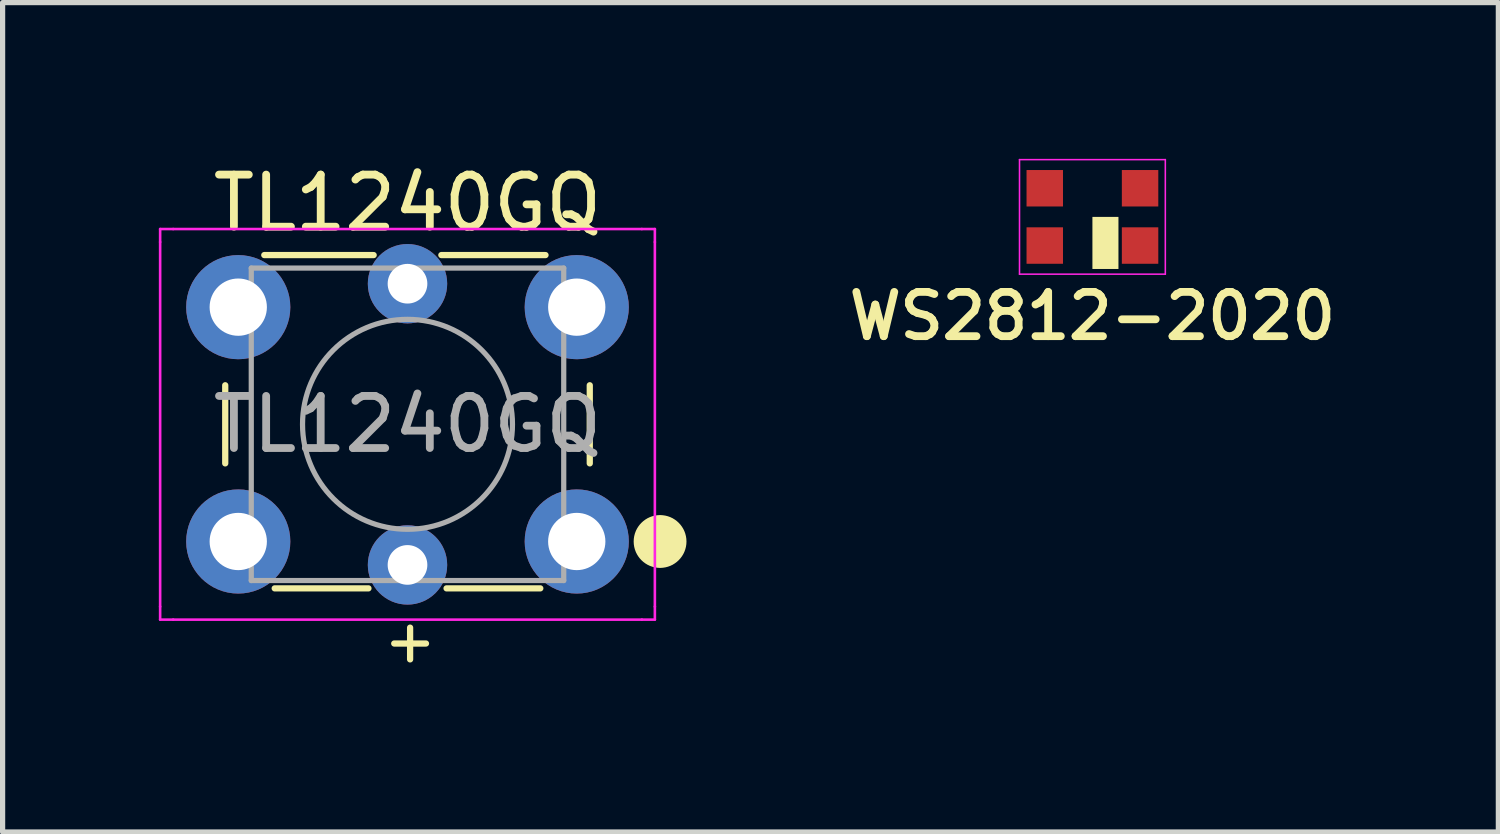
<source format=kicad_pcb>
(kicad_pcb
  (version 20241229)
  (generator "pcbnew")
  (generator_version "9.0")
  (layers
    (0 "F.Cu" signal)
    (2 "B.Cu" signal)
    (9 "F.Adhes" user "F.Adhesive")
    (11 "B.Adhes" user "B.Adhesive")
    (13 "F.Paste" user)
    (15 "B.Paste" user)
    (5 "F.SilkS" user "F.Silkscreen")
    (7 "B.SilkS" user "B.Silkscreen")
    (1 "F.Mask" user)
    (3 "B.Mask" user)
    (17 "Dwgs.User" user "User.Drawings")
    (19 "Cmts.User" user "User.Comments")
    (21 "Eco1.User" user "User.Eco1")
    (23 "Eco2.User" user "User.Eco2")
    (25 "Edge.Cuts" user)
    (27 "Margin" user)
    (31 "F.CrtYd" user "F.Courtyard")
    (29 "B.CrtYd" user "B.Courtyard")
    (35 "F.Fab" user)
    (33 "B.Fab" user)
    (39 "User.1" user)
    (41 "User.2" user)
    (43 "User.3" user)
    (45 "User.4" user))
  (footprint "TL1240GQ"
    (layer "F.Cu")
    (at 1.525 2.848)
    (property "Reference" "TL1240GQ" (at 3.25 -2 0) (layer "F.SilkS") (effects (font (size 1 1) (thickness 0.15))))
    (attr through_hole)
    (fp_line (start -0.25 1.5) (end -0.25 3) (stroke (width 0.12) (type solid)) (layer "F.SilkS"))
    (fp_line (start 0.7 5.4) (end 2.5 5.4) (stroke (width 0.12) (type solid)) (layer "F.SilkS"))
    (fp_line (start 2.6 -1) (end 0.5 -1) (stroke (width 0.12) (type solid)) (layer "F.SilkS"))
    (fp_line (start 4 5.4) (end 5.8 5.4) (stroke (width 0.12) (type solid)) (layer "F.SilkS"))
    (fp_line (start 5.9 -1) (end 3.9 -1) (stroke (width 0.12) (type solid)) (layer "F.SilkS"))
    (fp_line (start 6.75 3) (end 6.75 1.5) (stroke (width 0.12) (type solid)) (layer "F.SilkS"))
    (fp_circle (center 8.1 4.5) (end 8.547 4.5) (stroke (width 0.12) (type solid)) (fill no) (layer "F.SilkS"))
    (fp_poly (pts (xy 8.1 4.053) (xy 8.3 4.1) (xy 8.4 4.2) (xy 8.5 4.3) (xy 8.547 4.5) (xy 8.5 4.7) (xy 8.3 4.9) (xy 8.1 4.947) (xy 7.9 4.9) (xy 7.7 4.7) (xy 7.653 4.5) (xy 7.7 4.3) (xy 7.9 4.1)) (stroke (width 0.1) (type solid)) (fill yes) (layer "F.SilkS"))
    (fp_line (start -1.5 -1.5) (end -1.25 -1.5) (stroke (width 0.05) (type solid)) (layer "F.CrtYd"))
    (fp_line (start -1.5 -1.25) (end -1.5 -1.5) (stroke (width 0.05) (type solid)) (layer "F.CrtYd"))
    (fp_line (start -1.5 5.75) (end -1.5 -1.25) (stroke (width 0.05) (type solid)) (layer "F.CrtYd"))
    (fp_line (start -1.5 5.75) (end -1.5 6) (stroke (width 0.05) (type solid)) (layer "F.CrtYd"))
    (fp_line (start -1.5 6) (end -1.25 6) (stroke (width 0.05) (type solid)) (layer "F.CrtYd"))
    (fp_line (start -1.25 -1.5) (end 7.75 -1.5) (stroke (width 0.05) (type solid)) (layer "F.CrtYd"))
    (fp_line (start 7.75 -1.5) (end 8 -1.5) (stroke (width 0.05) (type solid)) (layer "F.CrtYd"))
    (fp_line (start 7.75 6) (end -1.25 6) (stroke (width 0.05) (type solid)) (layer "F.CrtYd"))
    (fp_line (start 7.75 6) (end 8 6) (stroke (width 0.05) (type solid)) (layer "F.CrtYd"))
    (fp_line (start 8 -1.5) (end 8 -1.25) (stroke (width 0.05) (type solid)) (layer "F.CrtYd"))
    (fp_line (start 8 -1.25) (end 8 5.75) (stroke (width 0.05) (type solid)) (layer "F.CrtYd"))
    (fp_line (start 8 6) (end 8 5.75) (stroke (width 0.05) (type solid)) (layer "F.CrtYd"))
    (fp_line (start 0.25 -0.75) (end 3.25 -0.75) (stroke (width 0.1) (type solid)) (layer "F.Fab"))
    (fp_line (start 0.25 5.25) (end 0.25 -0.75) (stroke (width 0.1) (type solid)) (layer "F.Fab"))
    (fp_line (start 3.25 -0.75) (end 6.25 -0.75) (stroke (width 0.1) (type solid)) (layer "F.Fab"))
    (fp_line (start 6.25 -0.75) (end 6.25 5.25) (stroke (width 0.1) (type solid)) (layer "F.Fab"))
    (fp_line (start 6.25 5.25) (end 0.25 5.25) (stroke (width 0.1) (type solid)) (layer "F.Fab"))
    (fp_circle (center 3.25 2.25) (end 1.25 2.5) (stroke (width 0.1) (type solid)) (fill no) (layer "F.Fab"))
    (fp_text user "+" (at 3.3 6.4 0) (layer "F.SilkS") (effects (font (size 0.8 0.8) (thickness 0.12))))
    (fp_text user "${REFERENCE}" (at 3.25 2.25 0) (layer "F.Fab") (effects (font (size 1 1) (thickness 0.15))))
    (pad "1" thru_hole circle (at 0 4.5 90) (size 2 2) (drill 1.1) (layers "*.Cu" "*.Mask"))
    (pad "1" thru_hole circle (at 6.5 4.5 90) (size 2 2) (drill 1.1) (layers "*.Cu" "*.Mask"))
    (pad "2" thru_hole circle (at 0 0 90) (size 2 2) (drill 1.1) (layers "*.Cu" "*.Mask"))
    (pad "2" thru_hole circle (at 6.5 0 90) (size 2 2) (drill 1.1) (layers "*.Cu" "*.Mask"))
    (pad "3" thru_hole circle (at 3.25 -0.45) (size 1.524 1.524) (drill 0.762) (layers "*.Cu" "*.Mask"))
    (pad "4" thru_hole circle (at 3.25 4.95) (size 1.524 1.524) (drill 0.762) (layers "*.Cu" "*.Mask")))
  (footprint "WS2812-2020"
    (layer "F.Cu")
    (at 17.927 1.115)
    (property "Reference" "WS2812-2020" (at 0 1.905 0) (layer "F.SilkS") (effects (font (size 0.85 0.85) (thickness 0.15))))
    (attr smd)
    (fp_poly (pts (xy 0 0) (xy 0.5 0) (xy 0.5 1) (xy 0 1)) (stroke (width 0) (type solid)) (fill yes) (layer "F.SilkS"))
    (fp_line (start -1.4 -1.1) (end 1.4 -1.1) (stroke (width 0.03) (type solid)) (layer "F.CrtYd"))
    (fp_line (start -1.4 1.1) (end -1.4 -1.1) (stroke (width 0.03) (type solid)) (layer "F.CrtYd"))
    (fp_line (start 1.4 -1.1) (end 1.4 1.1) (stroke (width 0.03) (type solid)) (layer "F.CrtYd"))
    (fp_line (start 1.4 1.1) (end -1.4 1.1) (stroke (width 0.03) (type solid)) (layer "F.CrtYd"))
    (pad "1" smd rect (at 0.915 0.55) (size 0.7 0.7) (layers "F.Cu" "F.Mask" "F.Paste"))
    (pad "2" smd rect (at 0.915 -0.55) (size 0.7 0.7) (layers "F.Cu" "F.Mask" "F.Paste"))
    (pad "3" smd rect (at -0.915 -0.55) (size 0.7 0.7) (layers "F.Cu" "F.Mask" "F.Paste"))
    (pad "4" smd rect (at -0.915 0.55) (size 0.7 0.7) (layers "F.Cu" "F.Mask" "F.Paste")))
  (gr_rect
    (start -3 -3)
    (end 25.722 12.927)
    (stroke (width 0.1) (type default))
    (fill no)
    (layer "Edge.Cuts")))
</source>
